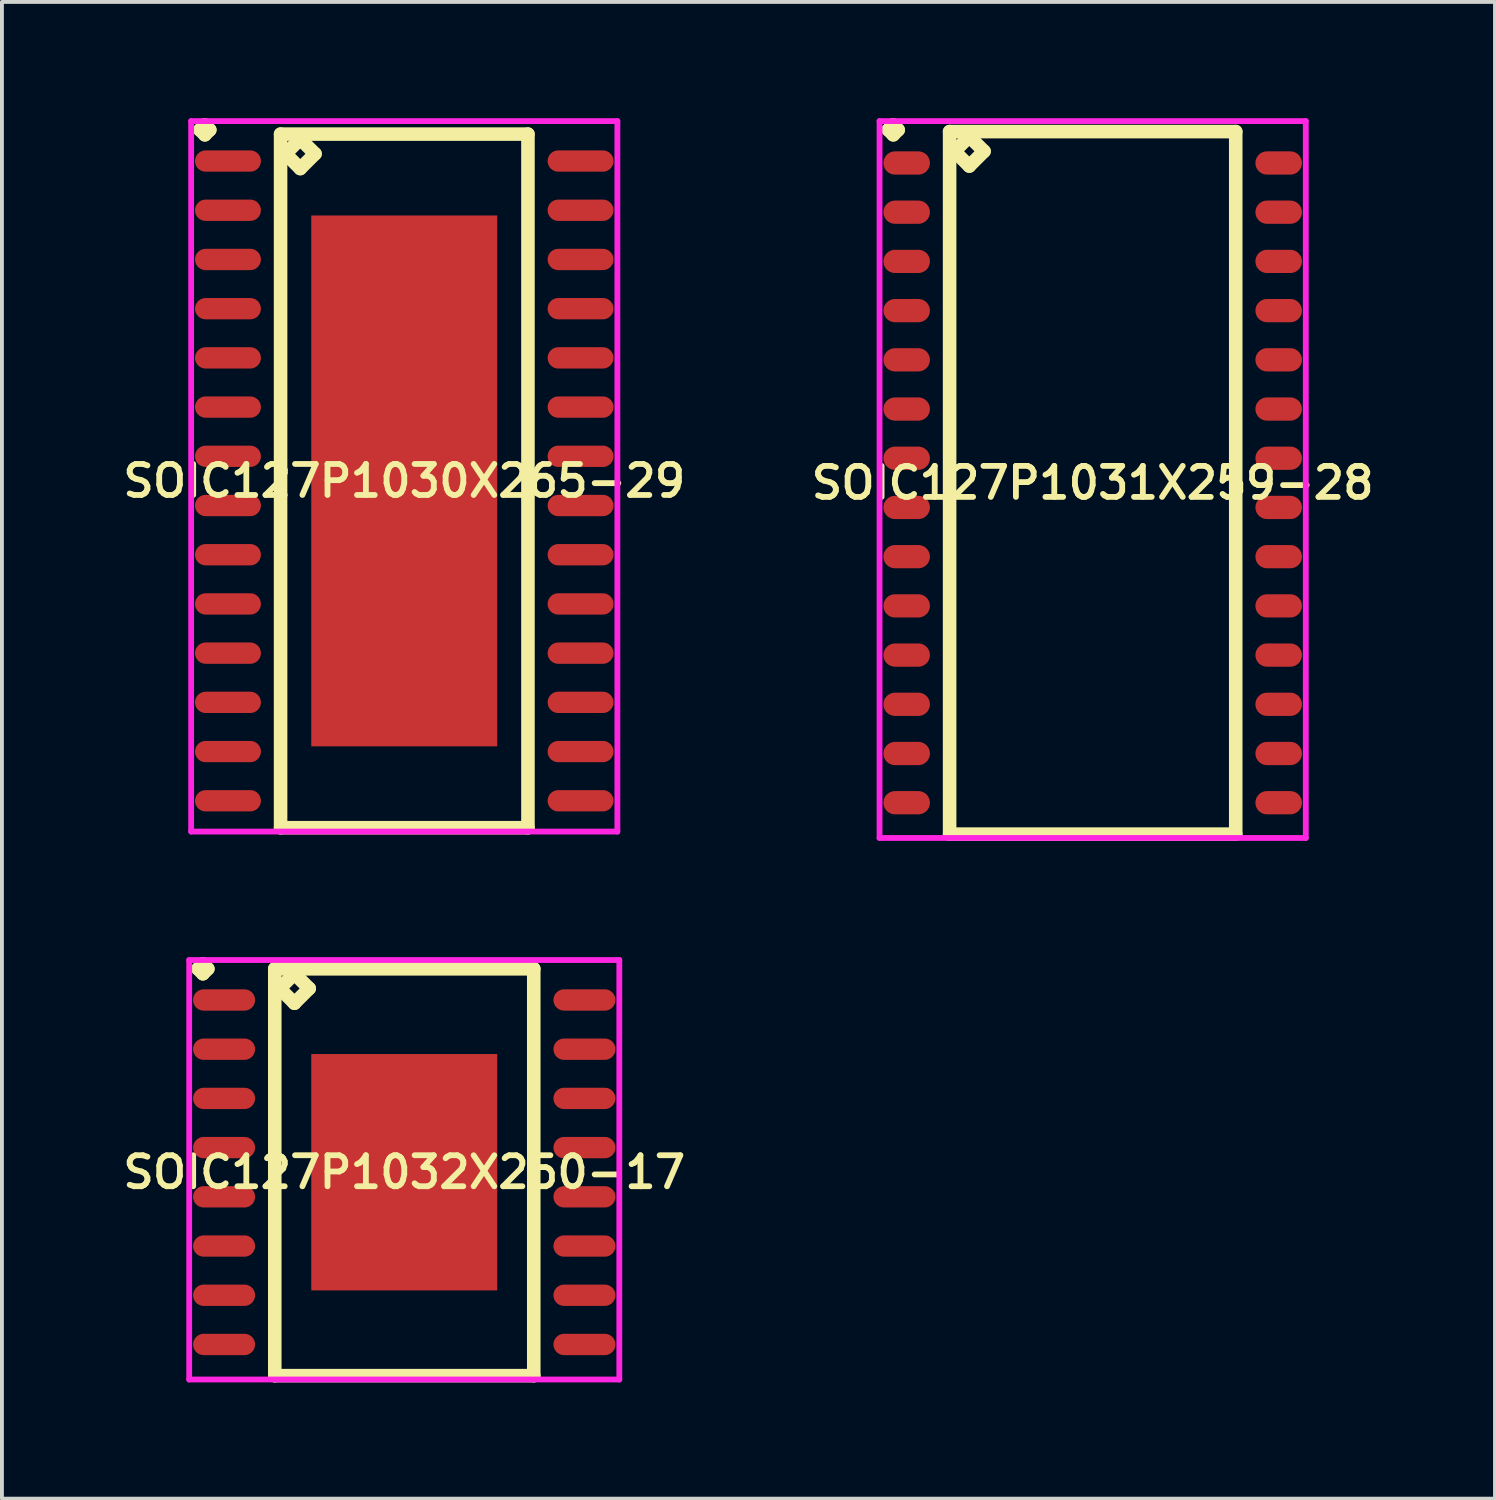
<source format=kicad_pcb>
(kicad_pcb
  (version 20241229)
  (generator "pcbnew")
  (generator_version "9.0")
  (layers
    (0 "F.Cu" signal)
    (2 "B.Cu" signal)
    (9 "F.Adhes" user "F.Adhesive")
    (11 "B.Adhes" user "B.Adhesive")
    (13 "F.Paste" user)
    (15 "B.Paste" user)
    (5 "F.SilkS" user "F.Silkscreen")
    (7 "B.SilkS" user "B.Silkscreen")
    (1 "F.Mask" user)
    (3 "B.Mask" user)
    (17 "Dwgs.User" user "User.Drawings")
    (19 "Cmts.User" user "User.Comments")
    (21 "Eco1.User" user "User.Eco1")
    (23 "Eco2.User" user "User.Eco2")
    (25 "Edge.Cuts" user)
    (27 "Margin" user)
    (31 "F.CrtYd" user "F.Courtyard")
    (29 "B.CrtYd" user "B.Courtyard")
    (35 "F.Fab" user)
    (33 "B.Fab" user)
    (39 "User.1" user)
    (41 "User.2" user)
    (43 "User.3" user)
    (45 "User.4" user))
  (footprint "SOIC127P1031X259-28"
    (layer "F.Cu")
    (at 25.149 9.411)
    (property "Reference" "SOIC127P1031X259-28" (at 0 0 0) (layer "F.SilkS") (effects (font (size 0.8 0.8) (thickness 0.15))))
    (attr smd)
    (fp_line (start -5.273 -9.109) (end -5.146 -9.236) (stroke (width 0.35) (type solid)) (layer "F.SilkS"))
    (fp_line (start -5.146 -9.236) (end -5.019 -9.109) (stroke (width 0.35) (type solid)) (layer "F.SilkS"))
    (fp_line (start -5.146 -8.982) (end -5.273 -9.109) (stroke (width 0.35) (type solid)) (layer "F.SilkS"))
    (fp_line (start -5.019 -9.109) (end -5.146 -8.982) (stroke (width 0.35) (type solid)) (layer "F.SilkS"))
    (fp_line (start -3.692 -9.065) (end -3.692 9.065) (stroke (width 0.35) (type solid)) (layer "F.SilkS"))
    (fp_line (start -3.692 9.065) (end 3.692 9.065) (stroke (width 0.35) (type solid)) (layer "F.SilkS"))
    (fp_line (start -3.565 -8.557) (end -3.184 -8.938) (stroke (width 0.35) (type solid)) (layer "F.SilkS"))
    (fp_line (start -3.184 -8.938) (end -2.803 -8.557) (stroke (width 0.35) (type solid)) (layer "F.SilkS"))
    (fp_line (start -3.184 -8.176) (end -3.565 -8.557) (stroke (width 0.35) (type solid)) (layer "F.SilkS"))
    (fp_line (start -2.803 -8.557) (end -3.184 -8.176) (stroke (width 0.35) (type solid)) (layer "F.SilkS"))
    (fp_line (start 3.692 -9.065) (end -3.692 -9.065) (stroke (width 0.35) (type solid)) (layer "F.SilkS"))
    (fp_line (start 3.692 9.065) (end 3.692 -9.065) (stroke (width 0.35) (type solid)) (layer "F.SilkS"))
    (fp_line (start -5.5 -9.336) (end 5.5 -9.336) (stroke (width 0.15) (type solid)) (layer "F.CrtYd"))
    (fp_line (start -5.5 9.165) (end -5.5 -9.336) (stroke (width 0.15) (type solid)) (layer "F.CrtYd"))
    (fp_line (start 5.5 -9.336) (end 5.5 9.165) (stroke (width 0.15) (type solid)) (layer "F.CrtYd"))
    (fp_line (start 5.5 9.165) (end -5.5 9.165) (stroke (width 0.15) (type solid)) (layer "F.CrtYd"))
    (pad "1" smd oval (at -4.8 -8.255) (size 1.2 0.6) (layers "F.Cu" "F.Mask" "F.Paste"))
    (pad "2" smd oval (at -4.8 -6.985) (size 1.2 0.6) (layers "F.Cu" "F.Mask" "F.Paste"))
    (pad "3" smd oval (at -4.8 -5.715) (size 1.2 0.6) (layers "F.Cu" "F.Mask" "F.Paste"))
    (pad "4" smd oval (at -4.8 -4.445) (size 1.2 0.6) (layers "F.Cu" "F.Mask" "F.Paste"))
    (pad "5" smd oval (at -4.8 -3.175) (size 1.2 0.6) (layers "F.Cu" "F.Mask" "F.Paste"))
    (pad "6" smd oval (at -4.8 -1.905) (size 1.2 0.6) (layers "F.Cu" "F.Mask" "F.Paste"))
    (pad "7" smd oval (at -4.8 -0.635) (size 1.2 0.6) (layers "F.Cu" "F.Mask" "F.Paste"))
    (pad "8" smd oval (at -4.8 0.635) (size 1.2 0.6) (layers "F.Cu" "F.Mask" "F.Paste"))
    (pad "9" smd oval (at -4.8 1.905) (size 1.2 0.6) (layers "F.Cu" "F.Mask" "F.Paste"))
    (pad "10" smd oval (at -4.8 3.175) (size 1.2 0.6) (layers "F.Cu" "F.Mask" "F.Paste"))
    (pad "11" smd oval (at -4.8 4.445) (size 1.2 0.6) (layers "F.Cu" "F.Mask" "F.Paste"))
    (pad "12" smd oval (at -4.8 5.715) (size 1.2 0.6) (layers "F.Cu" "F.Mask" "F.Paste"))
    (pad "13" smd oval (at -4.8 6.985) (size 1.2 0.6) (layers "F.Cu" "F.Mask" "F.Paste"))
    (pad "14" smd oval (at -4.8 8.255) (size 1.2 0.6) (layers "F.Cu" "F.Mask" "F.Paste"))
    (pad "15" smd oval (at 4.8 8.255) (size 1.2 0.6) (layers "F.Cu" "F.Mask" "F.Paste"))
    (pad "16" smd oval (at 4.8 6.985) (size 1.2 0.6) (layers "F.Cu" "F.Mask" "F.Paste"))
    (pad "17" smd oval (at 4.8 5.715) (size 1.2 0.6) (layers "F.Cu" "F.Mask" "F.Paste"))
    (pad "18" smd oval (at 4.8 4.445) (size 1.2 0.6) (layers "F.Cu" "F.Mask" "F.Paste"))
    (pad "19" smd oval (at 4.8 3.175) (size 1.2 0.6) (layers "F.Cu" "F.Mask" "F.Paste"))
    (pad "20" smd oval (at 4.8 1.905) (size 1.2 0.6) (layers "F.Cu" "F.Mask" "F.Paste"))
    (pad "21" smd oval (at 4.8 0.635) (size 1.2 0.6) (layers "F.Cu" "F.Mask" "F.Paste"))
    (pad "22" smd oval (at 4.8 -0.635) (size 1.2 0.6) (layers "F.Cu" "F.Mask" "F.Paste"))
    (pad "23" smd oval (at 4.8 -1.905) (size 1.2 0.6) (layers "F.Cu" "F.Mask" "F.Paste"))
    (pad "24" smd oval (at 4.8 -3.175) (size 1.2 0.6) (layers "F.Cu" "F.Mask" "F.Paste"))
    (pad "25" smd oval (at 4.8 -4.445) (size 1.2 0.6) (layers "F.Cu" "F.Mask" "F.Paste"))
    (pad "26" smd oval (at 4.8 -5.715) (size 1.2 0.6) (layers "F.Cu" "F.Mask" "F.Paste"))
    (pad "27" smd oval (at 4.8 -6.985) (size 1.2 0.6) (layers "F.Cu" "F.Mask" "F.Paste"))
    (pad "28" smd oval (at 4.8 -8.255) (size 1.2 0.6) (layers "F.Cu" "F.Mask" "F.Paste")))
  (footprint "SOIC127P1030X265-29"
    (layer "F.Cu")
    (at 7.383 9.361)
    (property "Reference" "SOIC127P1030X265-29" (at 0 0 0) (layer "F.SilkS") (effects (font (size 0.8 0.8) (thickness 0.15))))
    (attr through_hole)
    (fp_line (start -5.273 -9.059) (end -5.146 -9.186) (stroke (width 0.35) (type solid)) (layer "F.SilkS"))
    (fp_line (start -5.146 -9.186) (end -5.019 -9.059) (stroke (width 0.35) (type solid)) (layer "F.SilkS"))
    (fp_line (start -5.146 -8.932) (end -5.273 -9.059) (stroke (width 0.35) (type solid)) (layer "F.SilkS"))
    (fp_line (start -5.019 -9.059) (end -5.146 -8.932) (stroke (width 0.35) (type solid)) (layer "F.SilkS"))
    (fp_line (start -3.192 -8.95) (end -3.192 8.95) (stroke (width 0.35) (type solid)) (layer "F.SilkS"))
    (fp_line (start -3.192 8.95) (end 3.192 8.95) (stroke (width 0.35) (type solid)) (layer "F.SilkS"))
    (fp_line (start -3.065 -8.442) (end -2.684 -8.823) (stroke (width 0.35) (type solid)) (layer "F.SilkS"))
    (fp_line (start -2.684 -8.823) (end -2.303 -8.442) (stroke (width 0.35) (type solid)) (layer "F.SilkS"))
    (fp_line (start -2.684 -8.061) (end -3.065 -8.442) (stroke (width 0.35) (type solid)) (layer "F.SilkS"))
    (fp_line (start -2.303 -8.442) (end -2.684 -8.061) (stroke (width 0.35) (type solid)) (layer "F.SilkS"))
    (fp_line (start 3.192 -8.95) (end -3.192 -8.95) (stroke (width 0.35) (type solid)) (layer "F.SilkS"))
    (fp_line (start 3.192 8.95) (end 3.192 -8.95) (stroke (width 0.35) (type solid)) (layer "F.SilkS"))
    (fp_line (start -5.5 -9.286) (end 5.5 -9.286) (stroke (width 0.15) (type solid)) (layer "F.CrtYd"))
    (fp_line (start -5.5 9.05) (end -5.5 -9.286) (stroke (width 0.15) (type solid)) (layer "F.CrtYd"))
    (fp_line (start 5.5 -9.286) (end 5.5 9.05) (stroke (width 0.15) (type solid)) (layer "F.CrtYd"))
    (fp_line (start 5.5 9.05) (end -5.5 9.05) (stroke (width 0.15) (type solid)) (layer "F.CrtYd"))
    (pad "1" smd oval (at -4.55 -8.255) (size 1.7 0.55) (layers "F.Cu" "F.Mask" "F.Paste"))
    (pad "2" smd oval (at -4.55 -6.985) (size 1.7 0.55) (layers "F.Cu" "F.Mask" "F.Paste"))
    (pad "3" smd oval (at -4.55 -5.715) (size 1.7 0.55) (layers "F.Cu" "F.Mask" "F.Paste"))
    (pad "4" smd oval (at -4.55 -4.445) (size 1.7 0.55) (layers "F.Cu" "F.Mask" "F.Paste"))
    (pad "5" smd oval (at -4.55 -3.175) (size 1.7 0.55) (layers "F.Cu" "F.Mask" "F.Paste"))
    (pad "6" smd oval (at -4.55 -1.905) (size 1.7 0.55) (layers "F.Cu" "F.Mask" "F.Paste"))
    (pad "7" smd oval (at -4.55 -0.635) (size 1.7 0.55) (layers "F.Cu" "F.Mask" "F.Paste"))
    (pad "8" smd oval (at -4.55 0.635) (size 1.7 0.55) (layers "F.Cu" "F.Mask" "F.Paste"))
    (pad "9" smd oval (at -4.55 1.905) (size 1.7 0.55) (layers "F.Cu" "F.Mask" "F.Paste"))
    (pad "10" smd oval (at -4.55 3.175) (size 1.7 0.55) (layers "F.Cu" "F.Mask" "F.Paste"))
    (pad "11" smd oval (at -4.55 4.445) (size 1.7 0.55) (layers "F.Cu" "F.Mask" "F.Paste"))
    (pad "12" smd oval (at -4.55 5.715) (size 1.7 0.55) (layers "F.Cu" "F.Mask" "F.Paste"))
    (pad "13" smd oval (at -4.55 6.985) (size 1.7 0.55) (layers "F.Cu" "F.Mask" "F.Paste"))
    (pad "14" smd oval (at -4.55 8.255) (size 1.7 0.55) (layers "F.Cu" "F.Mask" "F.Paste"))
    (pad "15" smd oval (at 4.55 8.255) (size 1.7 0.55) (layers "F.Cu" "F.Mask" "F.Paste"))
    (pad "16" smd oval (at 4.55 6.985) (size 1.7 0.55) (layers "F.Cu" "F.Mask" "F.Paste"))
    (pad "17" smd oval (at 4.55 5.715) (size 1.7 0.55) (layers "F.Cu" "F.Mask" "F.Paste"))
    (pad "18" smd oval (at 4.55 4.445) (size 1.7 0.55) (layers "F.Cu" "F.Mask" "F.Paste"))
    (pad "19" smd oval (at 4.55 3.175) (size 1.7 0.55) (layers "F.Cu" "F.Mask" "F.Paste"))
    (pad "20" smd oval (at 4.55 1.905) (size 1.7 0.55) (layers "F.Cu" "F.Mask" "F.Paste"))
    (pad "21" smd oval (at 4.55 0.635) (size 1.7 0.55) (layers "F.Cu" "F.Mask" "F.Paste"))
    (pad "22" smd oval (at 4.55 -0.635) (size 1.7 0.55) (layers "F.Cu" "F.Mask" "F.Paste"))
    (pad "23" smd oval (at 4.55 -1.905) (size 1.7 0.55) (layers "F.Cu" "F.Mask" "F.Paste"))
    (pad "24" smd oval (at 4.55 -3.175) (size 1.7 0.55) (layers "F.Cu" "F.Mask" "F.Paste"))
    (pad "25" smd oval (at 4.55 -4.445) (size 1.7 0.55) (layers "F.Cu" "F.Mask" "F.Paste"))
    (pad "26" smd oval (at 4.55 -5.715) (size 1.7 0.55) (layers "F.Cu" "F.Mask" "F.Paste"))
    (pad "27" smd oval (at 4.55 -6.985) (size 1.7 0.55) (layers "F.Cu" "F.Mask" "F.Paste"))
    (pad "28" smd oval (at 4.55 -8.255) (size 1.7 0.55) (layers "F.Cu" "F.Mask" "F.Paste"))
    (pad "29" smd rect (at 0 0) (size 4.8 13.7) (layers "F.Cu" "F.Mask" "F.Paste")))
  (footprint "SOIC127P1032X250-17"
    (layer "F.Cu")
    (at 7.383 27.202)
    (property "Reference" "SOIC127P1032X250-17" (at 0 0 0) (layer "F.SilkS") (effects (font (size 0.8 0.8) (thickness 0.15))))
    (attr smd)
    (fp_line (start -5.323 -5.249) (end -5.196 -5.376) (stroke (width 0.35) (type solid)) (layer "F.SilkS"))
    (fp_line (start -5.196 -5.376) (end -5.069 -5.249) (stroke (width 0.35) (type solid)) (layer "F.SilkS"))
    (fp_line (start -5.196 -5.122) (end -5.323 -5.249) (stroke (width 0.35) (type solid)) (layer "F.SilkS"))
    (fp_line (start -5.069 -5.249) (end -5.196 -5.122) (stroke (width 0.35) (type solid)) (layer "F.SilkS"))
    (fp_line (start -3.342 -5.25) (end -3.342 5.25) (stroke (width 0.35) (type solid)) (layer "F.SilkS"))
    (fp_line (start -3.342 5.25) (end 3.342 5.25) (stroke (width 0.35) (type solid)) (layer "F.SilkS"))
    (fp_line (start -3.215 -4.742) (end -2.834 -5.123) (stroke (width 0.35) (type solid)) (layer "F.SilkS"))
    (fp_line (start -2.834 -5.123) (end -2.453 -4.742) (stroke (width 0.35) (type solid)) (layer "F.SilkS"))
    (fp_line (start -2.834 -4.361) (end -3.215 -4.742) (stroke (width 0.35) (type solid)) (layer "F.SilkS"))
    (fp_line (start -2.453 -4.742) (end -2.834 -4.361) (stroke (width 0.35) (type solid)) (layer "F.SilkS"))
    (fp_line (start 3.342 -5.25) (end -3.342 -5.25) (stroke (width 0.35) (type solid)) (layer "F.SilkS"))
    (fp_line (start 3.342 5.25) (end 3.342 -5.25) (stroke (width 0.35) (type solid)) (layer "F.SilkS"))
    (fp_line (start -5.55 -5.476) (end 5.55 -5.476) (stroke (width 0.15) (type solid)) (layer "F.CrtYd"))
    (fp_line (start -5.55 5.35) (end -5.55 -5.476) (stroke (width 0.15) (type solid)) (layer "F.CrtYd"))
    (fp_line (start 5.55 -5.476) (end 5.55 5.35) (stroke (width 0.15) (type solid)) (layer "F.CrtYd"))
    (fp_line (start 5.55 5.35) (end -5.55 5.35) (stroke (width 0.15) (type solid)) (layer "F.CrtYd"))
    (pad "1" smd oval (at -4.65 -4.445) (size 1.6 0.55) (layers "F.Cu" "F.Mask" "F.Paste"))
    (pad "2" smd oval (at -4.65 -3.175) (size 1.6 0.55) (layers "F.Cu" "F.Mask" "F.Paste"))
    (pad "3" smd oval (at -4.65 -1.905) (size 1.6 0.55) (layers "F.Cu" "F.Mask" "F.Paste"))
    (pad "4" smd oval (at -4.65 -0.635) (size 1.6 0.55) (layers "F.Cu" "F.Mask" "F.Paste"))
    (pad "5" smd oval (at -4.65 0.635) (size 1.6 0.55) (layers "F.Cu" "F.Mask" "F.Paste"))
    (pad "6" smd oval (at -4.65 1.905) (size 1.6 0.55) (layers "F.Cu" "F.Mask" "F.Paste"))
    (pad "7" smd oval (at -4.65 3.175) (size 1.6 0.55) (layers "F.Cu" "F.Mask" "F.Paste"))
    (pad "8" smd oval (at -4.65 4.445) (size 1.6 0.55) (layers "F.Cu" "F.Mask" "F.Paste"))
    (pad "9" smd oval (at 4.65 4.445) (size 1.6 0.55) (layers "F.Cu" "F.Mask" "F.Paste"))
    (pad "10" smd oval (at 4.65 3.175) (size 1.6 0.55) (layers "F.Cu" "F.Mask" "F.Paste"))
    (pad "11" smd oval (at 4.65 1.905) (size 1.6 0.55) (layers "F.Cu" "F.Mask" "F.Paste"))
    (pad "12" smd oval (at 4.65 0.635) (size 1.6 0.55) (layers "F.Cu" "F.Mask" "F.Paste"))
    (pad "13" smd oval (at 4.65 -0.635) (size 1.6 0.55) (layers "F.Cu" "F.Mask" "F.Paste"))
    (pad "14" smd oval (at 4.65 -1.905) (size 1.6 0.55) (layers "F.Cu" "F.Mask" "F.Paste"))
    (pad "15" smd oval (at 4.65 -3.175) (size 1.6 0.55) (layers "F.Cu" "F.Mask" "F.Paste"))
    (pad "16" smd oval (at 4.65 -4.445) (size 1.6 0.55) (layers "F.Cu" "F.Mask" "F.Paste"))
    (pad "17" smd rect (at 0 0) (size 4.8 6.1) (layers "F.Cu" "F.Mask" "F.Paste")))
  (gr_rect
    (start -3 -3)
    (end 35.532 35.627)
    (stroke (width 0.1) (type default))
    (fill no)
    (layer "Edge.Cuts")))
</source>
